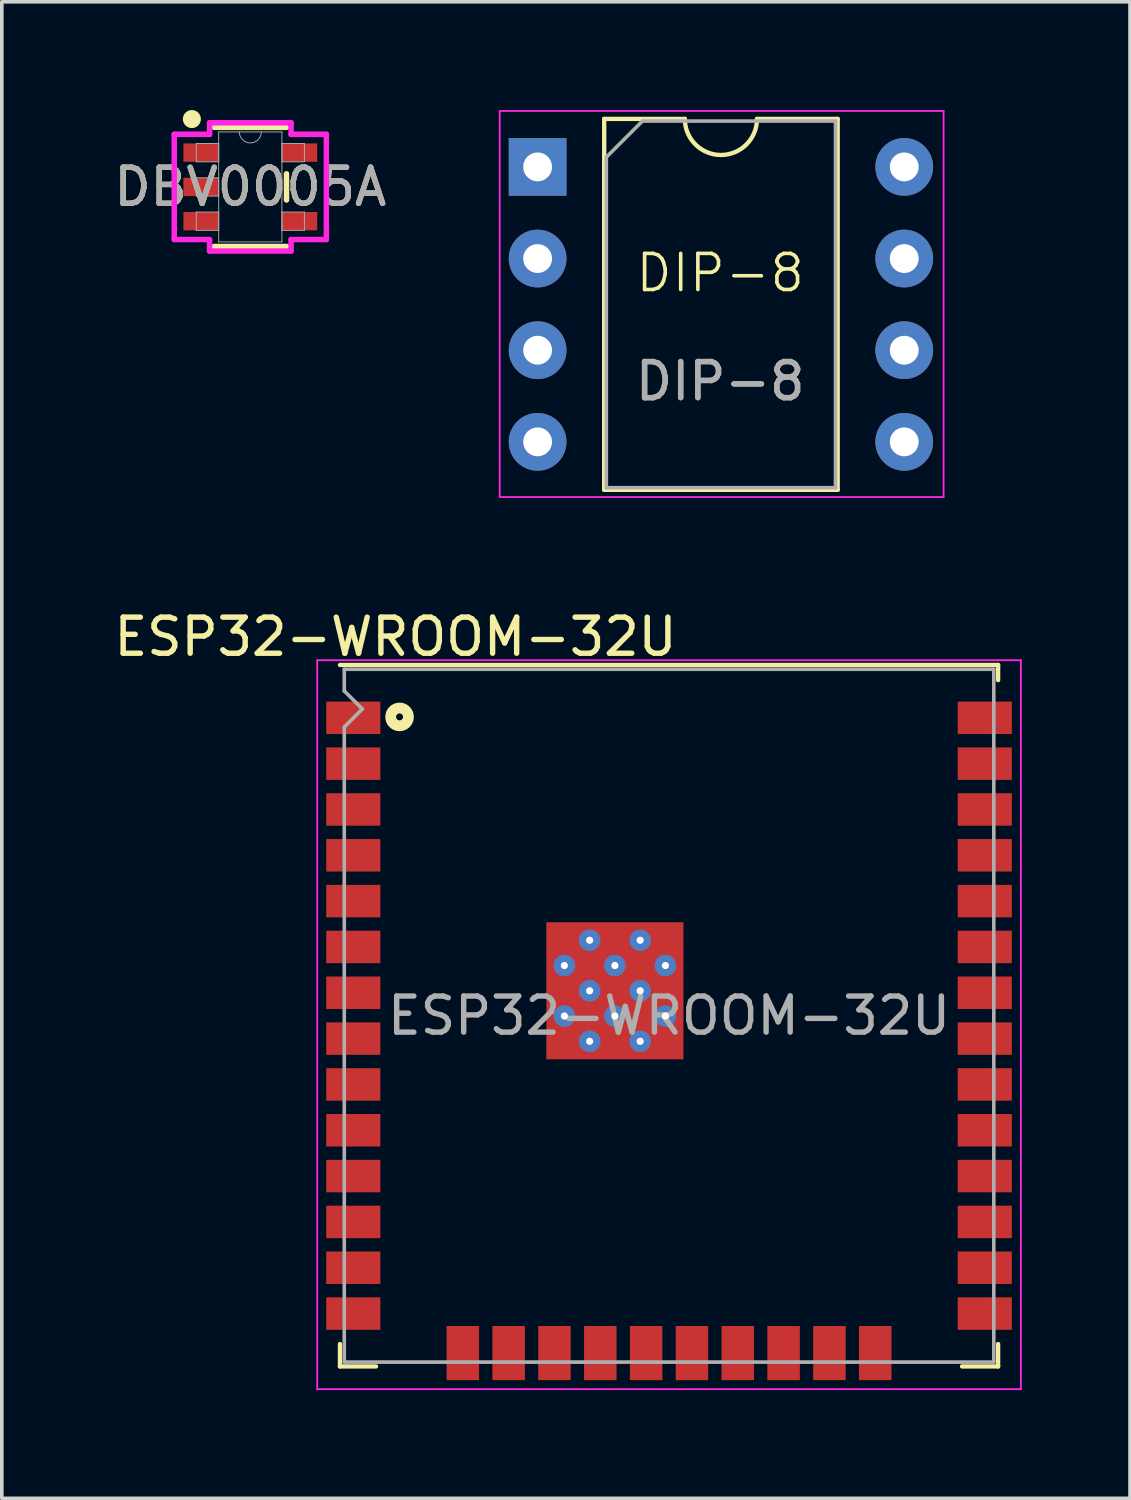
<source format=kicad_pcb>
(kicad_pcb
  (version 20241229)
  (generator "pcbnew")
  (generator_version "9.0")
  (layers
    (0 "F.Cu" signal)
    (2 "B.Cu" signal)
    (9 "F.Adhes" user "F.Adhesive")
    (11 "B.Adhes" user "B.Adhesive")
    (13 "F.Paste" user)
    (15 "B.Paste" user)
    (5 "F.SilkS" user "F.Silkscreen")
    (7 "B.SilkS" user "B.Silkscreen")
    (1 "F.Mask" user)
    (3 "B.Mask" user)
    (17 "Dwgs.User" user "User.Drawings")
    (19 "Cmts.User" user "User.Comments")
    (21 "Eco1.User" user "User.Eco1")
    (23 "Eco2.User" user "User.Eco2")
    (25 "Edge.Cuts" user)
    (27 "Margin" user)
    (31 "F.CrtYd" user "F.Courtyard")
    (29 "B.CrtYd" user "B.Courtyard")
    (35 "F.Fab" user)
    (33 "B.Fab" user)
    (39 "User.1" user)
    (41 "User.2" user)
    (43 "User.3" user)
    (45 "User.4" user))
  (footprint "DBV0005A"
    (layer "F.Cu")
    (at 3.887 2.13)
    (property "Reference" "DBV0005A" (at 0 0 0) (unlocked yes) (layer "F.SilkS") (effects (font (size 1 1) (thickness 0.15))))
    (attr smd)
    (fp_line (start -1.003 1.651) (end 1.003 1.651) (stroke (width 0.152) (type solid)) (layer "F.SilkS"))
    (fp_line (start 1.003 -1.651) (end -1.003 -1.651) (stroke (width 0.152) (type solid)) (layer "F.SilkS"))
    (fp_line (start 1.003 0.363) (end 1.003 -0.363) (stroke (width 0.152) (type solid)) (layer "F.SilkS"))
    (fp_circle (center -1.62 -1.88) (end -1.495 -1.88) (stroke (width 0.25) (type solid)) (fill no) (layer "F.SilkS"))
    (fp_line (start -2.108 -1.458) (end -1.13 -1.458) (stroke (width 0.152) (type solid)) (layer "F.CrtYd"))
    (fp_line (start -2.108 1.458) (end -2.108 -1.458) (stroke (width 0.152) (type solid)) (layer "F.CrtYd"))
    (fp_line (start -1.13 -1.778) (end 1.13 -1.778) (stroke (width 0.152) (type solid)) (layer "F.CrtYd"))
    (fp_line (start -1.13 -1.458) (end -1.13 -1.778) (stroke (width 0.152) (type solid)) (layer "F.CrtYd"))
    (fp_line (start -1.13 1.458) (end -2.108 1.458) (stroke (width 0.152) (type solid)) (layer "F.CrtYd"))
    (fp_line (start -1.13 1.778) (end -1.13 1.458) (stroke (width 0.152) (type solid)) (layer "F.CrtYd"))
    (fp_line (start 1.13 -1.778) (end 1.13 -1.458) (stroke (width 0.152) (type solid)) (layer "F.CrtYd"))
    (fp_line (start 1.13 -1.458) (end 2.108 -1.458) (stroke (width 0.152) (type solid)) (layer "F.CrtYd"))
    (fp_line (start 1.13 1.458) (end 1.13 1.778) (stroke (width 0.152) (type solid)) (layer "F.CrtYd"))
    (fp_line (start 1.13 1.778) (end -1.13 1.778) (stroke (width 0.152) (type solid)) (layer "F.CrtYd"))
    (fp_line (start 2.108 -1.458) (end 2.108 1.458) (stroke (width 0.152) (type solid)) (layer "F.CrtYd"))
    (fp_line (start 2.108 1.458) (end 1.13 1.458) (stroke (width 0.152) (type solid)) (layer "F.CrtYd"))
    (fp_line (start -1.499 -1.204) (end -1.499 -0.696) (stroke (width 0.025) (type solid)) (layer "F.Fab"))
    (fp_line (start -1.499 -0.696) (end -0.876 -0.696) (stroke (width 0.025) (type solid)) (layer "F.Fab"))
    (fp_line (start -1.499 -0.254) (end -1.499 0.254) (stroke (width 0.025) (type solid)) (layer "F.Fab"))
    (fp_line (start -1.499 0.254) (end -0.876 0.254) (stroke (width 0.025) (type solid)) (layer "F.Fab"))
    (fp_line (start -1.499 0.696) (end -1.499 1.204) (stroke (width 0.025) (type solid)) (layer "F.Fab"))
    (fp_line (start -1.499 1.204) (end -0.876 1.204) (stroke (width 0.025) (type solid)) (layer "F.Fab"))
    (fp_line (start -0.876 -1.524) (end -0.876 1.524) (stroke (width 0.025) (type solid)) (layer "F.Fab"))
    (fp_line (start -0.876 -1.204) (end -1.499 -1.204) (stroke (width 0.025) (type solid)) (layer "F.Fab"))
    (fp_line (start -0.876 -0.696) (end -0.876 -1.204) (stroke (width 0.025) (type solid)) (layer "F.Fab"))
    (fp_line (start -0.876 -0.254) (end -1.499 -0.254) (stroke (width 0.025) (type solid)) (layer "F.Fab"))
    (fp_line (start -0.876 0.254) (end -0.876 -0.254) (stroke (width 0.025) (type solid)) (layer "F.Fab"))
    (fp_line (start -0.876 0.696) (end -1.499 0.696) (stroke (width 0.025) (type solid)) (layer "F.Fab"))
    (fp_line (start -0.876 1.204) (end -0.876 0.696) (stroke (width 0.025) (type solid)) (layer "F.Fab"))
    (fp_line (start -0.876 1.524) (end 0.876 1.524) (stroke (width 0.025) (type solid)) (layer "F.Fab"))
    (fp_line (start 0.876 -1.524) (end -0.876 -1.524) (stroke (width 0.025) (type solid)) (layer "F.Fab"))
    (fp_line (start 0.876 -1.204) (end 0.876 -0.696) (stroke (width 0.025) (type solid)) (layer "F.Fab"))
    (fp_line (start 0.876 -0.696) (end 1.499 -0.696) (stroke (width 0.025) (type solid)) (layer "F.Fab"))
    (fp_line (start 0.876 0.696) (end 0.876 1.204) (stroke (width 0.025) (type solid)) (layer "F.Fab"))
    (fp_line (start 0.876 1.204) (end 1.499 1.204) (stroke (width 0.025) (type solid)) (layer "F.Fab"))
    (fp_line (start 0.876 1.524) (end 0.876 -1.524) (stroke (width 0.025) (type solid)) (layer "F.Fab"))
    (fp_line (start 1.499 -1.204) (end 0.876 -1.204) (stroke (width 0.025) (type solid)) (layer "F.Fab"))
    (fp_line (start 1.499 -0.696) (end 1.499 -1.204) (stroke (width 0.025) (type solid)) (layer "F.Fab"))
    (fp_line (start 1.499 0.696) (end 0.876 0.696) (stroke (width 0.025) (type solid)) (layer "F.Fab"))
    (fp_line (start 1.499 1.204) (end 1.499 0.696) (stroke (width 0.025) (type solid)) (layer "F.Fab"))
    (fp_arc (start 0.3048 -1.524) (mid 0 -1.2192) (end -0.3048 -1.524) (stroke (width 0.0254) (type solid)) (layer "F.Fab"))
    (fp_text user "${REFERENCE}" (at 0 0 0) (unlocked yes) (layer "F.Fab") (effects (font (size 1 1) (thickness 0.15))))
    (pad "1" smd rect (at -1.365 -0.95) (size 0.978 0.508) (layers "F.Cu" "F.Mask" "F.Paste"))
    (pad "2" smd rect (at -1.365 0) (size 0.978 0.508) (layers "F.Cu" "F.Mask" "F.Paste"))
    (pad "3" smd rect (at -1.365 0.95) (size 0.978 0.508) (layers "F.Cu" "F.Mask" "F.Paste"))
    (pad "4" smd rect (at 1.365 0.95) (size 0.978 0.508) (layers "F.Cu" "F.Mask" "F.Paste"))
    (pad "5" smd rect (at 1.365 -0.95) (size 0.978 0.508) (layers "F.Cu" "F.Mask" "F.Paste")))
  (footprint "DIP-8"
    (layer "F.Cu")
    (at 16.909 6.115)
    (property "Reference" "DIP-8" (at 0 -1.6 0) (unlocked yes) (layer "F.SilkS") (effects (font (size 1 1) (thickness 0.1))))
    (attr through_hole)
    (fp_line (start -3.215 -5.87) (end -3.215 4.41) (stroke (width 0.12) (type solid)) (layer "F.SilkS"))
    (fp_line (start -3.215 4.41) (end 3.255 4.41) (stroke (width 0.12) (type solid)) (layer "F.SilkS"))
    (fp_line (start -0.98 -5.87) (end -3.215 -5.87) (stroke (width 0.12) (type solid)) (layer "F.SilkS"))
    (fp_line (start 3.255 -5.87) (end 1.02 -5.87) (stroke (width 0.12) (type solid)) (layer "F.SilkS"))
    (fp_line (start 3.255 4.41) (end 3.255 -5.87) (stroke (width 0.12) (type solid)) (layer "F.SilkS"))
    (fp_arc (start 1.02 -5.87) (mid 0.02 -4.87) (end -0.98 -5.87) (stroke (width 0.12) (type solid)) (layer "F.SilkS"))
    (fp_line (start -6.11 -6.09) (end -6.11 4.61) (stroke (width 0.05) (type solid)) (layer "F.CrtYd"))
    (fp_line (start -6.11 4.61) (end 6.19 4.61) (stroke (width 0.05) (type solid)) (layer "F.CrtYd"))
    (fp_line (start 6.19 -6.09) (end -6.11 -6.09) (stroke (width 0.05) (type solid)) (layer "F.CrtYd"))
    (fp_line (start 6.19 4.61) (end 6.19 -6.09) (stroke (width 0.05) (type solid)) (layer "F.CrtYd"))
    (fp_line (start -3.155 -4.81) (end -2.155 -5.81) (stroke (width 0.1) (type solid)) (layer "F.Fab"))
    (fp_line (start -3.155 4.35) (end -3.155 -4.81) (stroke (width 0.1) (type solid)) (layer "F.Fab"))
    (fp_line (start -2.155 -5.81) (end 3.195 -5.81) (stroke (width 0.1) (type solid)) (layer "F.Fab"))
    (fp_line (start 3.195 -5.81) (end 3.195 4.35) (stroke (width 0.1) (type solid)) (layer "F.Fab"))
    (fp_line (start 3.195 4.35) (end -3.155 4.35) (stroke (width 0.1) (type solid)) (layer "F.Fab"))
    (fp_text user "${REFERENCE}" (at 0 1.4 0) (unlocked yes) (layer "F.Fab") (effects (font (size 1 1) (thickness 0.15))))
    (fp_text user "${REFERENCE}" (at 0 1.4 0) (unlocked yes) (layer "F.Fab") (effects (font (size 1 1) (thickness 0.15))))
    (pad "1" thru_hole rect (at -5.06 -4.54) (size 1.6 1.6) (drill 0.8) (layers "*.Cu" "*.Mask"))
    (pad "2" thru_hole oval (at -5.06 -2) (size 1.6 1.6) (drill 0.8) (layers "*.Cu" "*.Mask"))
    (pad "3" thru_hole oval (at -5.06 0.54) (size 1.6 1.6) (drill 0.8) (layers "*.Cu" "*.Mask"))
    (pad "4" thru_hole oval (at -5.06 3.08) (size 1.6 1.6) (drill 0.8) (layers "*.Cu" "*.Mask"))
    (pad "5" thru_hole oval (at 5.1 3.08) (size 1.6 1.6) (drill 0.8) (layers "*.Cu" "*.Mask"))
    (pad "6" thru_hole oval (at 5.1 0.54) (size 1.6 1.6) (drill 0.8) (layers "*.Cu" "*.Mask"))
    (pad "7" thru_hole oval (at 5.1 -2) (size 1.6 1.6) (drill 0.8) (layers "*.Cu" "*.Mask"))
    (pad "8" thru_hole oval (at 5.1 -4.54) (size 1.6 1.6) (drill 0.8) (layers "*.Cu" "*.Mask")))
  (footprint "ESP32-WROOM-32U"
    (layer "F.Cu")
    (at 15.491 25.098)
    (property "Reference" "ESP32-WROOM-32U" (at -7.58 -10.5 180) (layer "F.SilkS") (effects (font (size 1 1) (thickness 0.15))))
    (attr smd)
    (fp_line (start -9.12 -9.72) (end 9.12 -9.72) (stroke (width 0.12) (type solid)) (layer "F.SilkS"))
    (fp_line (start -9.12 9.1) (end -9.12 9.72) (stroke (width 0.12) (type solid)) (layer "F.SilkS"))
    (fp_line (start -9.12 9.72) (end -8.12 9.72) (stroke (width 0.12) (type solid)) (layer "F.SilkS"))
    (fp_line (start 9.12 -9.72) (end 9.12 -9.3) (stroke (width 0.12) (type solid)) (layer "F.SilkS"))
    (fp_line (start 9.12 9.1) (end 9.12 9.72) (stroke (width 0.12) (type solid)) (layer "F.SilkS"))
    (fp_line (start 9.12 9.72) (end 8.12 9.72) (stroke (width 0.12) (type solid)) (layer "F.SilkS"))
    (fp_circle (center -7.468 -8.28) (end -7.372 -8.28) (stroke (width 0.3) (type default)) (fill no) (layer "F.SilkS"))
    (fp_line (start -9.75 10.35) (end -9.75 -9.85) (stroke (width 0.05) (type solid)) (layer "F.CrtYd"))
    (fp_line (start -9.75 10.35) (end 9.75 10.35) (stroke (width 0.05) (type solid)) (layer "F.CrtYd"))
    (fp_line (start 9.75 -9.85) (end -9.75 -9.85) (stroke (width 0.05) (type solid)) (layer "F.CrtYd"))
    (fp_line (start 9.75 -9.85) (end 9.75 10.35) (stroke (width 0.05) (type solid)) (layer "F.CrtYd"))
    (fp_line (start -9 -9.6) (end -9 -9) (stroke (width 0.1) (type solid)) (layer "F.Fab"))
    (fp_line (start -9 -9.6) (end 9 -9.6) (stroke (width 0.1) (type solid)) (layer "F.Fab"))
    (fp_line (start -9 -8) (end -9 9.6) (stroke (width 0.1) (type solid)) (layer "F.Fab"))
    (fp_line (start -9 -8) (end -8.5 -8.5) (stroke (width 0.1) (type solid)) (layer "F.Fab"))
    (fp_line (start -9 9.6) (end 9 9.6) (stroke (width 0.1) (type solid)) (layer "F.Fab"))
    (fp_line (start -8.5 -8.5) (end -9 -9) (stroke (width 0.1) (type solid)) (layer "F.Fab"))
    (fp_line (start 9 9.6) (end 9 -9.6) (stroke (width 0.1) (type solid)) (layer "F.Fab"))
    (fp_text user "${REFERENCE}" (at 0 0 0) (layer "F.Fab") (effects (font (size 1 1) (thickness 0.15))))
    (pad "1" smd rect (at -8.75 -8.255) (size 1.5 0.9) (layers "F.Cu" "F.Mask" "F.Paste"))
    (pad "2" smd rect (at -8.75 -6.985) (size 1.5 0.9) (layers "F.Cu" "F.Mask" "F.Paste"))
    (pad "3" smd rect (at -8.75 -5.715) (size 1.5 0.9) (layers "F.Cu" "F.Mask" "F.Paste"))
    (pad "4" smd rect (at -8.75 -4.445) (size 1.5 0.9) (layers "F.Cu" "F.Mask" "F.Paste"))
    (pad "5" smd rect (at -8.75 -3.175) (size 1.5 0.9) (layers "F.Cu" "F.Mask" "F.Paste"))
    (pad "6" smd rect (at -8.75 -1.905) (size 1.5 0.9) (layers "F.Cu" "F.Mask" "F.Paste"))
    (pad "7" smd rect (at -8.75 -0.635) (size 1.5 0.9) (layers "F.Cu" "F.Mask" "F.Paste"))
    (pad "8" smd rect (at -8.75 0.635) (size 1.5 0.9) (layers "F.Cu" "F.Mask" "F.Paste"))
    (pad "9" smd rect (at -8.75 1.905) (size 1.5 0.9) (layers "F.Cu" "F.Mask" "F.Paste"))
    (pad "10" smd rect (at -8.75 3.175) (size 1.5 0.9) (layers "F.Cu" "F.Mask" "F.Paste"))
    (pad "11" smd rect (at -8.75 4.445) (size 1.5 0.9) (layers "F.Cu" "F.Mask" "F.Paste"))
    (pad "12" smd rect (at -8.75 5.715) (size 1.5 0.9) (layers "F.Cu" "F.Mask" "F.Paste"))
    (pad "13" smd rect (at -8.75 6.985) (size 1.5 0.9) (layers "F.Cu" "F.Mask" "F.Paste"))
    (pad "14" smd rect (at -8.75 8.255) (size 1.5 0.9) (layers "F.Cu" "F.Mask" "F.Paste"))
    (pad "15" smd rect (at -5.715 9.35 90) (size 1.5 0.9) (layers "F.Cu" "F.Mask" "F.Paste"))
    (pad "16" smd rect (at -4.445 9.35 90) (size 1.5 0.9) (layers "F.Cu" "F.Mask" "F.Paste"))
    (pad "17" smd rect (at -3.175 9.35 90) (size 1.5 0.9) (layers "F.Cu" "F.Mask" "F.Paste"))
    (pad "18" smd rect (at -1.905 9.35 90) (size 1.5 0.9) (layers "F.Cu" "F.Mask" "F.Paste"))
    (pad "19" smd rect (at -0.635 9.35 90) (size 1.5 0.9) (layers "F.Cu" "F.Mask" "F.Paste"))
    (pad "20" smd rect (at 0.635 9.35 90) (size 1.5 0.9) (layers "F.Cu" "F.Mask" "F.Paste"))
    (pad "21" smd rect (at 1.905 9.35 90) (size 1.5 0.9) (layers "F.Cu" "F.Mask" "F.Paste"))
    (pad "22" smd rect (at 3.175 9.35 90) (size 1.5 0.9) (layers "F.Cu" "F.Mask" "F.Paste"))
    (pad "23" smd rect (at 4.445 9.35 90) (size 1.5 0.9) (layers "F.Cu" "F.Mask" "F.Paste"))
    (pad "24" smd rect (at 5.715 9.35 90) (size 1.5 0.9) (layers "F.Cu" "F.Mask" "F.Paste"))
    (pad "25" smd rect (at 8.75 8.255) (size 1.5 0.9) (layers "F.Cu" "F.Mask" "F.Paste"))
    (pad "26" smd rect (at 8.75 6.985) (size 1.5 0.9) (layers "F.Cu" "F.Mask" "F.Paste"))
    (pad "27" smd rect (at 8.75 5.715) (size 1.5 0.9) (layers "F.Cu" "F.Mask" "F.Paste"))
    (pad "28" smd rect (at 8.75 4.445) (size 1.5 0.9) (layers "F.Cu" "F.Mask" "F.Paste"))
    (pad "29" smd rect (at 8.75 3.175) (size 1.5 0.9) (layers "F.Cu" "F.Mask" "F.Paste"))
    (pad "30" smd rect (at 8.75 1.905) (size 1.5 0.9) (layers "F.Cu" "F.Mask" "F.Paste"))
    (pad "31" smd rect (at 8.75 0.635) (size 1.5 0.9) (layers "F.Cu" "F.Mask" "F.Paste"))
    (pad "32" smd rect (at 8.75 -0.635) (size 1.5 0.9) (layers "F.Cu" "F.Mask" "F.Paste"))
    (pad "33" smd rect (at 8.75 -1.905) (size 1.5 0.9) (layers "F.Cu" "F.Mask" "F.Paste"))
    (pad "34" smd rect (at 8.75 -3.175) (size 1.5 0.9) (layers "F.Cu" "F.Mask" "F.Paste"))
    (pad "35" smd rect (at 8.75 -4.445) (size 1.5 0.9) (layers "F.Cu" "F.Mask" "F.Paste"))
    (pad "36" smd rect (at 8.75 -5.715) (size 1.5 0.9) (layers "F.Cu" "F.Mask" "F.Paste"))
    (pad "37" smd rect (at 8.75 -6.985) (size 1.5 0.9) (layers "F.Cu" "F.Mask" "F.Paste"))
    (pad "38" smd rect (at 8.75 -8.255) (size 1.5 0.9) (layers "F.Cu" "F.Mask" "F.Paste"))
    (pad "39" smd rect (at -2.9 -2.09) (size 0.9 0.9) (layers "F.Cu" "F.Paste"))
    (pad "39" thru_hole circle (at -2.9 -1.39) (size 0.6 0.6) (drill 0.2) (property pad_prop_heatsink) (layers "*.Cu" "F.Mask"))
    (pad "39" smd rect (at -2.9 -0.69) (size 0.9 0.9) (layers "F.Cu" "F.Paste"))
    (pad "39" thru_hole circle (at -2.9 0.01) (size 0.6 0.6) (drill 0.2) (property pad_prop_heatsink) (layers "*.Cu" "F.Mask"))
    (pad "39" smd rect (at -2.9 0.71) (size 0.9 0.9) (layers "F.Cu" "F.Paste"))
    (pad "39" thru_hole circle (at -2.2 -2.09) (size 0.6 0.6) (drill 0.2) (property pad_prop_heatsink) (layers "*.Cu" "F.Mask"))
    (pad "39" thru_hole circle (at -2.2 -0.69) (size 0.6 0.6) (drill 0.2) (property pad_prop_heatsink) (layers "*.Cu" "F.Mask"))
    (pad "39" thru_hole circle (at -2.2 0.71) (size 0.6 0.6) (drill 0.2) (property pad_prop_heatsink) (layers "*.Cu" "F.Mask"))
    (pad "39" smd rect (at -1.5 -2.09) (size 0.9 0.9) (layers "F.Cu" "F.Paste"))
    (pad "39" thru_hole circle (at -1.5 -1.39) (size 0.6 0.6) (drill 0.2) (property pad_prop_heatsink) (layers "*.Cu" "F.Mask"))
    (pad "39" smd rect (at -1.5 -0.69) (size 0.9 0.9) (layers "F.Cu" "F.Paste"))
    (pad "39" smd rect (at -1.5 -0.69) (size 3.8 3.8) (layers "F.Cu" "F.Mask"))
    (pad "39" thru_hole circle (at -1.5 0.01) (size 0.6 0.6) (drill 0.2) (property pad_prop_heatsink) (layers "*.Cu" "F.Mask"))
    (pad "39" smd rect (at -1.5 0.71) (size 0.9 0.9) (layers "F.Cu" "F.Paste"))
    (pad "39" thru_hole circle (at -0.8 -2.09) (size 0.6 0.6) (drill 0.2) (property pad_prop_heatsink) (layers "*.Cu" "F.Mask"))
    (pad "39" thru_hole circle (at -0.8 -0.69) (size 0.6 0.6) (drill 0.2) (property pad_prop_heatsink) (layers "*.Cu" "F.Mask"))
    (pad "39" thru_hole circle (at -0.8 0.71) (size 0.6 0.6) (drill 0.2) (property pad_prop_heatsink) (layers "*.Cu" "F.Mask"))
    (pad "39" smd rect (at -0.1 -2.09) (size 0.9 0.9) (layers "F.Cu" "F.Paste"))
    (pad "39" thru_hole circle (at -0.1 -1.39) (size 0.6 0.6) (drill 0.2) (property pad_prop_heatsink) (layers "*.Cu" "F.Mask"))
    (pad "39" smd rect (at -0.1 -0.69) (size 0.9 0.9) (layers "F.Cu" "F.Paste"))
    (pad "39" thru_hole circle (at -0.1 0.01) (size 0.6 0.6) (drill 0.2) (property pad_prop_heatsink) (layers "*.Cu" "F.Mask"))
    (pad "39" smd rect (at -0.1 0.71) (size 0.9 0.9) (layers "F.Cu" "F.Paste")))
  (gr_rect
    (start -3 -3)
    (end 28.266 38.473)
    (stroke (width 0.1) (type default))
    (fill no)
    (layer "Edge.Cuts")))
</source>
